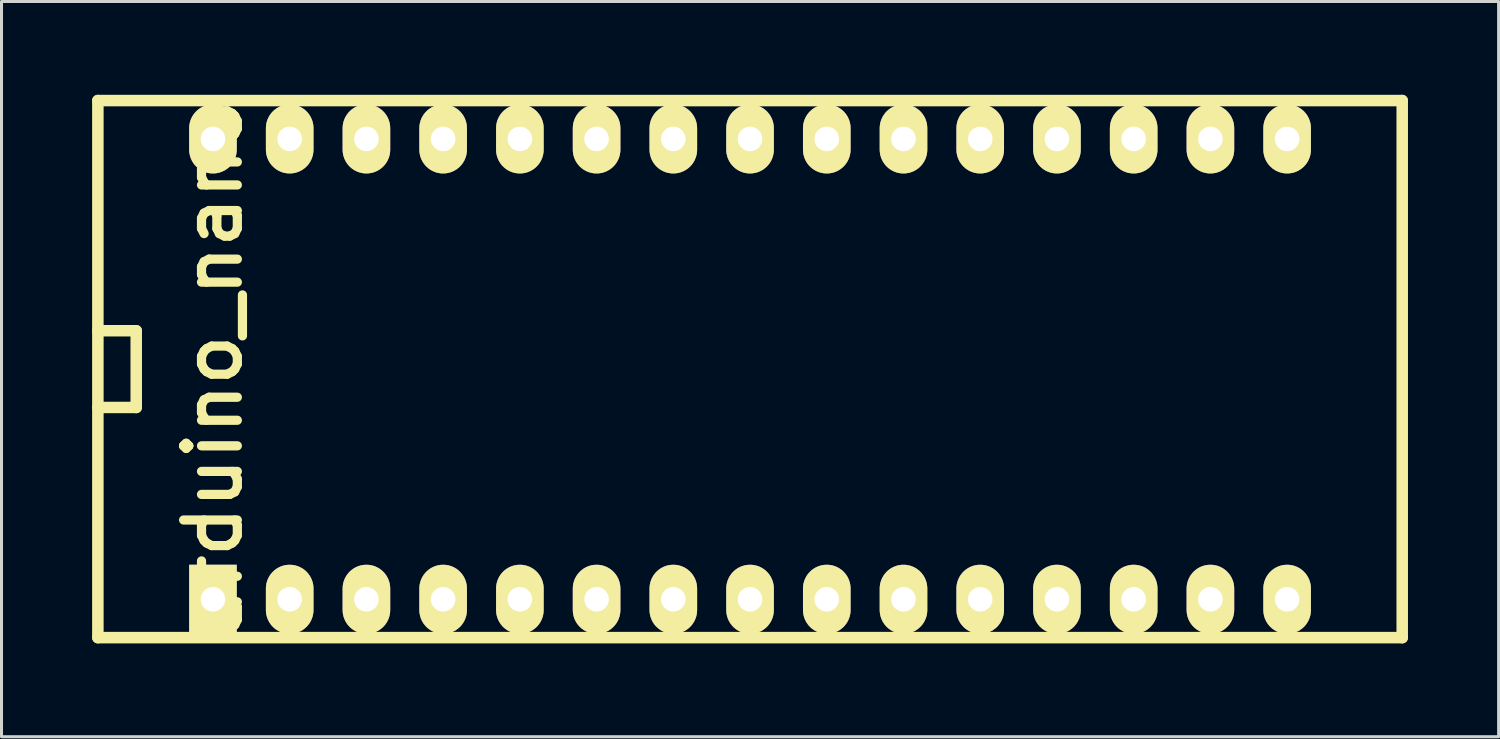
<source format=kicad_pcb>
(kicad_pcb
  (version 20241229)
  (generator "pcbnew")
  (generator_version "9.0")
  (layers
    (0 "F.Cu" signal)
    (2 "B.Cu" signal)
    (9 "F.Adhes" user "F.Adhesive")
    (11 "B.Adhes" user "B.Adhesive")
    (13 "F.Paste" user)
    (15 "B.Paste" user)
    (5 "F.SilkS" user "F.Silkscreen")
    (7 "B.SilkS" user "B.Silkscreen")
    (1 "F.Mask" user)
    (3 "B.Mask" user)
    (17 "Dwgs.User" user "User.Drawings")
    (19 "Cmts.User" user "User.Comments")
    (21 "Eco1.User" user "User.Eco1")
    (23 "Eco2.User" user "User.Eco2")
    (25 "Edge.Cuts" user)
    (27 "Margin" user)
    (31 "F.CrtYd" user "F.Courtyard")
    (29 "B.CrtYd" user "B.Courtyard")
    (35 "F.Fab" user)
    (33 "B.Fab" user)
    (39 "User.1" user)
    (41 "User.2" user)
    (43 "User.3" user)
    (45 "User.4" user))
  (footprint "arduino_nano"
    (layer "F.Cu")
    (at 23.05 9.169)
    (property "Reference" "arduino_nano" (at -19.05 0 270) (layer "F.SilkS") (effects (font (size 1.778 1.778) (thickness 0.305))))
    (attr through_hole)
    (fp_line (start -22.86 -8.89) (end -22.86 8.89) (stroke (width 0.381) (type solid)) (layer "F.SilkS"))
    (fp_line (start -22.86 -8.89) (end 20.32 -8.89) (stroke (width 0.381) (type solid)) (layer "F.SilkS"))
    (fp_line (start -22.86 1.27) (end -21.59 1.27) (stroke (width 0.381) (type solid)) (layer "F.SilkS"))
    (fp_line (start -21.59 -1.27) (end -22.86 -1.27) (stroke (width 0.381) (type solid)) (layer "F.SilkS"))
    (fp_line (start -21.59 1.27) (end -21.59 -1.27) (stroke (width 0.381) (type solid)) (layer "F.SilkS"))
    (fp_line (start 20.32 -8.89) (end 20.32 8.89) (stroke (width 0.381) (type solid)) (layer "F.SilkS"))
    (fp_line (start 20.32 8.89) (end -22.86 8.89) (stroke (width 0.381) (type solid)) (layer "F.SilkS"))
    (pad "1" thru_hole rect (at -19.05 7.62) (size 1.575 2.286) (drill 0.813) (layers "*.Cu" "*.Mask" "F.SilkS"))
    (pad "2" thru_hole oval (at -16.51 7.62) (size 1.575 2.286) (drill 0.813) (layers "*.Cu" "*.Mask" "F.SilkS"))
    (pad "3" thru_hole oval (at -13.97 7.62) (size 1.575 2.286) (drill 0.813) (layers "*.Cu" "*.Mask" "F.SilkS"))
    (pad "4" thru_hole oval (at -11.43 7.62) (size 1.575 2.286) (drill 0.813) (layers "*.Cu" "*.Mask" "F.SilkS"))
    (pad "5" thru_hole oval (at -8.89 7.62) (size 1.575 2.286) (drill 0.813) (layers "*.Cu" "*.Mask" "F.SilkS"))
    (pad "6" thru_hole oval (at -6.35 7.62) (size 1.575 2.286) (drill 0.813) (layers "*.Cu" "*.Mask" "F.SilkS"))
    (pad "7" thru_hole oval (at -3.81 7.62) (size 1.575 2.286) (drill 0.813) (layers "*.Cu" "*.Mask" "F.SilkS"))
    (pad "8" thru_hole oval (at -1.27 7.62) (size 1.575 2.286) (drill 0.813) (layers "*.Cu" "*.Mask" "F.SilkS"))
    (pad "9" thru_hole oval (at 1.27 7.62) (size 1.575 2.286) (drill 0.813) (layers "*.Cu" "*.Mask" "F.SilkS"))
    (pad "10" thru_hole oval (at 3.81 7.62) (size 1.575 2.286) (drill 0.813) (layers "*.Cu" "*.Mask" "F.SilkS"))
    (pad "11" thru_hole oval (at 6.35 7.62) (size 1.575 2.286) (drill 0.813) (layers "*.Cu" "*.Mask" "F.SilkS"))
    (pad "12" thru_hole oval (at 8.89 7.62) (size 1.575 2.286) (drill 0.813) (layers "*.Cu" "*.Mask" "F.SilkS"))
    (pad "13" thru_hole oval (at 11.43 7.62) (size 1.575 2.286) (drill 0.813) (layers "*.Cu" "*.Mask" "F.SilkS"))
    (pad "14" thru_hole oval (at 13.97 7.62) (size 1.575 2.286) (drill 0.813) (layers "*.Cu" "*.Mask" "F.SilkS"))
    (pad "15" thru_hole oval (at 16.51 7.62) (size 1.575 2.286) (drill 0.813) (layers "*.Cu" "*.Mask" "F.SilkS"))
    (pad "16" thru_hole oval (at 16.51 -7.62) (size 1.575 2.286) (drill 0.813) (layers "*.Cu" "*.Mask" "F.SilkS"))
    (pad "17" thru_hole oval (at 13.97 -7.62) (size 1.575 2.286) (drill 0.813) (layers "*.Cu" "*.Mask" "F.SilkS"))
    (pad "18" thru_hole oval (at 11.43 -7.62) (size 1.575 2.286) (drill 0.813) (layers "*.Cu" "*.Mask" "F.SilkS"))
    (pad "19" thru_hole oval (at 8.89 -7.62) (size 1.575 2.286) (drill 0.813) (layers "*.Cu" "*.Mask" "F.SilkS"))
    (pad "20" thru_hole oval (at 6.35 -7.62) (size 1.575 2.286) (drill 0.813) (layers "*.Cu" "*.Mask" "F.SilkS"))
    (pad "21" thru_hole oval (at 3.81 -7.62) (size 1.575 2.286) (drill 0.813) (layers "*.Cu" "*.Mask" "F.SilkS"))
    (pad "22" thru_hole oval (at 1.27 -7.62) (size 1.575 2.286) (drill 0.813) (layers "*.Cu" "*.Mask" "F.SilkS"))
    (pad "23" thru_hole oval (at -1.27 -7.62) (size 1.575 2.286) (drill 0.813) (layers "*.Cu" "*.Mask" "F.SilkS"))
    (pad "24" thru_hole oval (at -3.81 -7.62) (size 1.575 2.286) (drill 0.813) (layers "*.Cu" "*.Mask" "F.SilkS"))
    (pad "25" thru_hole oval (at -6.35 -7.62) (size 1.575 2.286) (drill 0.813) (layers "*.Cu" "*.Mask" "F.SilkS"))
    (pad "26" thru_hole oval (at -8.89 -7.62) (size 1.575 2.286) (drill 0.813) (layers "*.Cu" "*.Mask" "F.SilkS"))
    (pad "27" thru_hole oval (at -11.43 -7.62) (size 1.575 2.286) (drill 0.813) (layers "*.Cu" "*.Mask" "F.SilkS"))
    (pad "28" thru_hole oval (at -13.97 -7.62) (size 1.575 2.286) (drill 0.813) (layers "*.Cu" "*.Mask" "F.SilkS"))
    (pad "29" thru_hole oval (at -16.51 -7.62) (size 1.575 2.286) (drill 0.813) (layers "*.Cu" "*.Mask" "F.SilkS"))
    (pad "30" thru_hole oval (at -19.05 -7.62) (size 1.575 2.286) (drill 0.813) (layers "*.Cu" "*.Mask" "F.SilkS")))
  (gr_rect
    (start -3 -3)
    (end 46.561 21.339)
    (stroke (width 0.1) (type default))
    (fill no)
    (layer "Edge.Cuts")))
</source>
